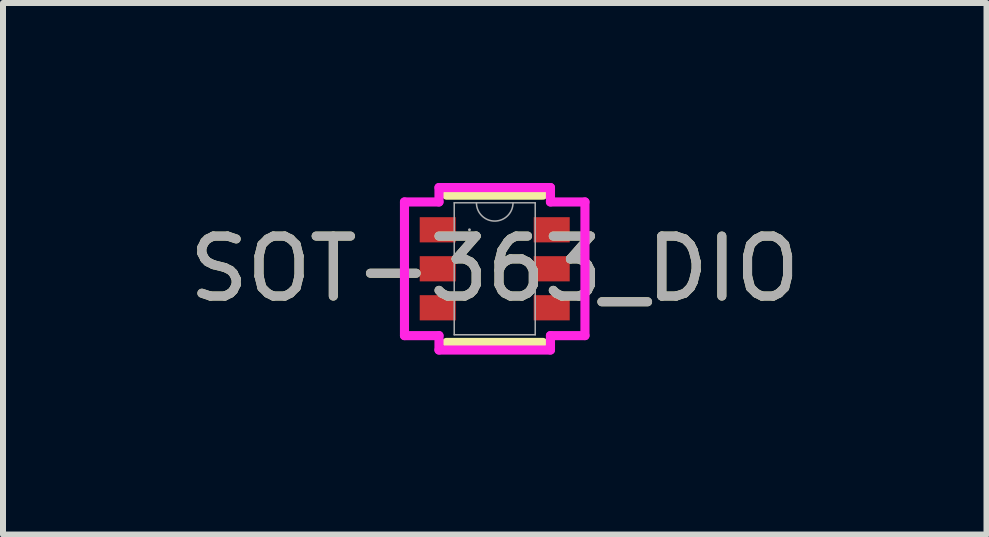
<source format=kicad_pcb>
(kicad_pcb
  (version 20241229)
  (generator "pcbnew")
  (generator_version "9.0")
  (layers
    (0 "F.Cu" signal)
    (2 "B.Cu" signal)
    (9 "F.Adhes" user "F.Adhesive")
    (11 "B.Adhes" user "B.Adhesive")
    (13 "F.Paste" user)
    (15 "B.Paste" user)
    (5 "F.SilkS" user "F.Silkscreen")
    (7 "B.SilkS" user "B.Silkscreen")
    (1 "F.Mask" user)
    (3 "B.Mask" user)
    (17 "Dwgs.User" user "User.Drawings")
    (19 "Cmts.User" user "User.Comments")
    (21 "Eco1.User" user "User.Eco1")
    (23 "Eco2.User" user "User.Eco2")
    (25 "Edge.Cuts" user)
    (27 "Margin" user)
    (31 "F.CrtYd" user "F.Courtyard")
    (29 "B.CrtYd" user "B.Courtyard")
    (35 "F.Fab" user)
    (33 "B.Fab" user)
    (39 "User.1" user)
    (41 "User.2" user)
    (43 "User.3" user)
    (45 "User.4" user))
  (footprint "SOT-363_DIO"
    (layer "F.Cu")
    (at 5.196 1.43)
    (property "Reference" "SOT-363_DIO" (at 0 0 0) (unlocked yes) (layer "F.SilkS") (effects (font (size 1 1) (thickness 0.15))))
    (attr smd)
    (fp_line (start -0.802 1.227) (end 0.802 1.227) (stroke (width 0.152) (type solid)) (layer "F.SilkS"))
    (fp_line (start 0.802 -1.227) (end -0.802 -1.227) (stroke (width 0.152) (type solid)) (layer "F.SilkS"))
    (fp_line (start -1.504 -1.114) (end -0.929 -1.114) (stroke (width 0.152) (type solid)) (layer "F.CrtYd"))
    (fp_line (start -1.504 1.114) (end -1.504 -1.114) (stroke (width 0.152) (type solid)) (layer "F.CrtYd"))
    (fp_line (start -1.504 1.114) (end -0.929 1.114) (stroke (width 0.152) (type solid)) (layer "F.CrtYd"))
    (fp_line (start -0.929 -1.354) (end 0.929 -1.354) (stroke (width 0.152) (type solid)) (layer "F.CrtYd"))
    (fp_line (start -0.929 -1.114) (end -0.929 -1.354) (stroke (width 0.152) (type solid)) (layer "F.CrtYd"))
    (fp_line (start -0.929 1.354) (end -0.929 1.114) (stroke (width 0.152) (type solid)) (layer "F.CrtYd"))
    (fp_line (start 0.929 -1.354) (end 0.929 -1.114) (stroke (width 0.152) (type solid)) (layer "F.CrtYd"))
    (fp_line (start 0.929 1.114) (end 0.929 1.354) (stroke (width 0.152) (type solid)) (layer "F.CrtYd"))
    (fp_line (start 0.929 1.354) (end -0.929 1.354) (stroke (width 0.152) (type solid)) (layer "F.CrtYd"))
    (fp_line (start 1.504 -1.114) (end 0.929 -1.114) (stroke (width 0.152) (type solid)) (layer "F.CrtYd"))
    (fp_line (start 1.504 -1.114) (end 1.504 1.114) (stroke (width 0.152) (type solid)) (layer "F.CrtYd"))
    (fp_line (start 1.504 1.114) (end 0.929 1.114) (stroke (width 0.152) (type solid)) (layer "F.CrtYd"))
    (fp_line (start -0.675 -1.1) (end -0.675 1.1) (stroke (width 0.025) (type solid)) (layer "F.Fab"))
    (fp_line (start -0.675 1.1) (end 0.675 1.1) (stroke (width 0.025) (type solid)) (layer "F.Fab"))
    (fp_line (start 0.675 -1.1) (end -0.675 -1.1) (stroke (width 0.025) (type solid)) (layer "F.Fab"))
    (fp_line (start 0.675 1.1) (end 0.675 -1.1) (stroke (width 0.025) (type solid)) (layer "F.Fab"))
    (fp_arc (start 0.3048 -1.1) (mid 0 -0.7952) (end -0.3048 -1.1) (stroke (width 0.0254) (type solid)) (layer "F.Fab"))
    (fp_circle (center -0.421 -0.65) (end -0.421 -0.65) (stroke (width 0.025) (type solid)) (fill no) (layer "F.Fab"))
    (fp_text user "${REFERENCE}" (at 0 0 0) (unlocked yes) (layer "F.Fab") (effects (font (size 1 1) (thickness 0.15))))
    (pad "1" smd rect (at -0.95 -0.65) (size 0.6 0.42) (layers "F.Cu" "F.Mask" "F.Paste"))
    (pad "2" smd rect (at -0.95 0) (size 0.6 0.42) (layers "F.Cu" "F.Mask" "F.Paste"))
    (pad "3" smd rect (at -0.95 0.65) (size 0.6 0.42) (layers "F.Cu" "F.Mask" "F.Paste"))
    (pad "4" smd rect (at 0.95 0.65) (size 0.6 0.42) (layers "F.Cu" "F.Mask" "F.Paste"))
    (pad "5" smd rect (at 0.95 0) (size 0.6 0.42) (layers "F.Cu" "F.Mask" "F.Paste"))
    (pad "6" smd rect (at 0.95 -0.65) (size 0.6 0.42) (layers "F.Cu" "F.Mask" "F.Paste")))
  (gr_rect
    (start -3 -3)
    (end 13.393 5.86)
    (stroke (width 0.1) (type default))
    (fill no)
    (layer "Edge.Cuts")))
</source>
